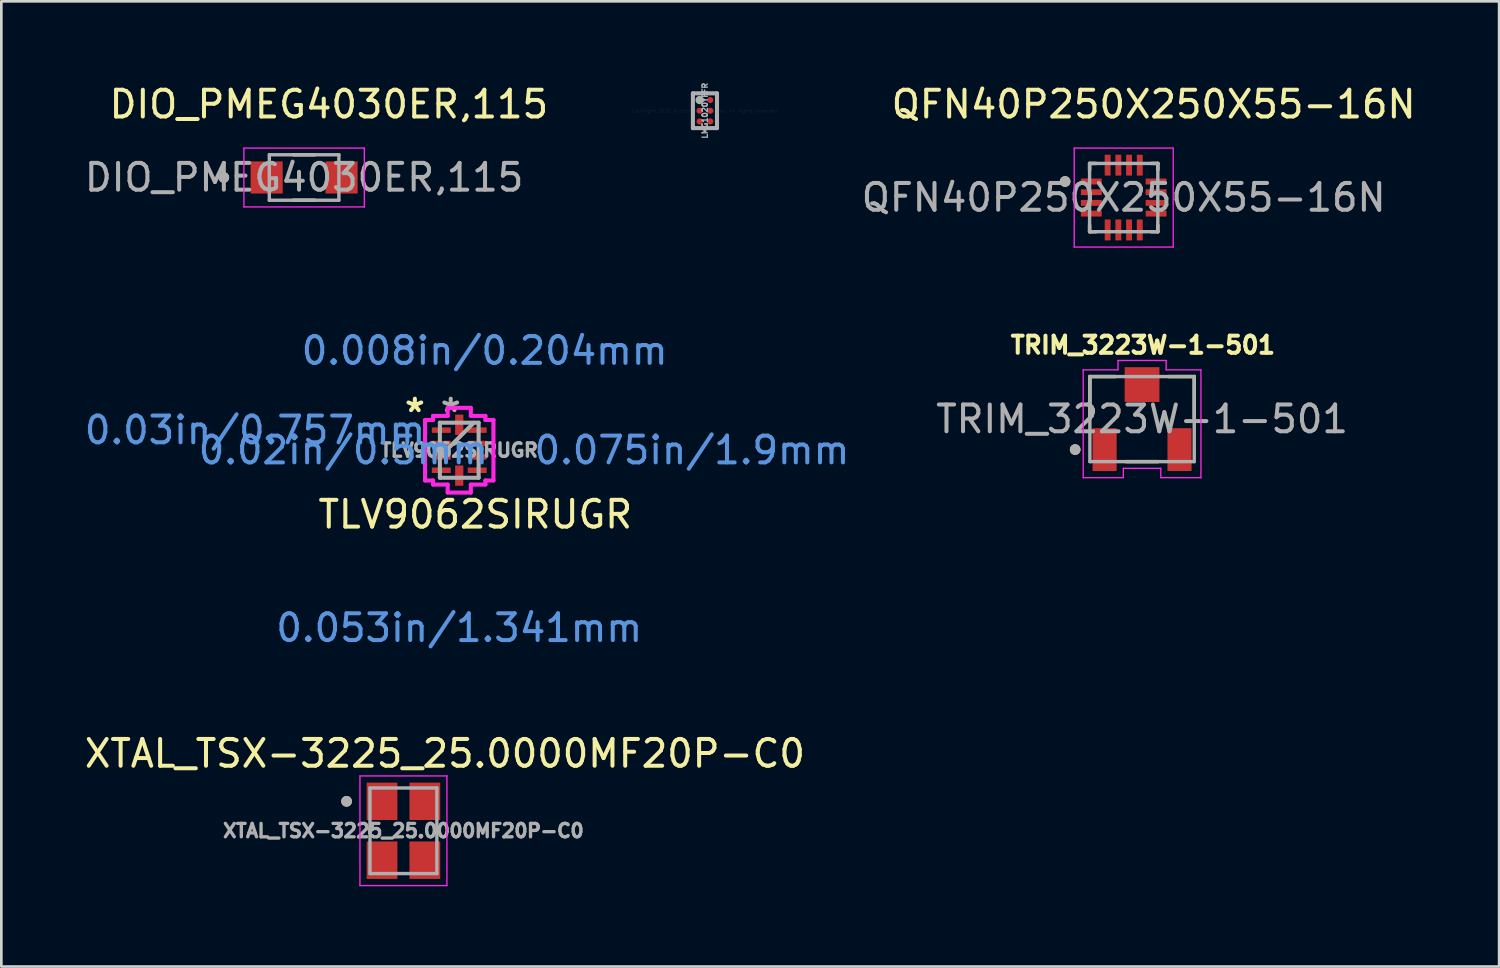
<source format=kicad_pcb>
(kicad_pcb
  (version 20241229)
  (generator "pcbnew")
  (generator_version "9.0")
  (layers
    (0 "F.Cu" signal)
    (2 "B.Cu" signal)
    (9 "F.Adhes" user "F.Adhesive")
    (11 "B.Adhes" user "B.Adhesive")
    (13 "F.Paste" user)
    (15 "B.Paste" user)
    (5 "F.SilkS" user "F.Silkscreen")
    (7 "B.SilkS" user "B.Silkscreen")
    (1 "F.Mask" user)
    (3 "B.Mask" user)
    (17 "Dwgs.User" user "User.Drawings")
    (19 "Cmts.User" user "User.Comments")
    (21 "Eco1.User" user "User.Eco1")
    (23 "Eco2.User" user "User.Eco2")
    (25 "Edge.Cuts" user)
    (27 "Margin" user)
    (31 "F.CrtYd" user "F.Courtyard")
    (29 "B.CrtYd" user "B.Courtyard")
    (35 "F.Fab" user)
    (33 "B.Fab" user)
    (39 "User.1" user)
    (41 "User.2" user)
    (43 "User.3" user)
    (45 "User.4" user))
  (footprint "XTAL_TSX-3225_25.0000MF20P-C0"
    (layer "F.Cu")
    (at 12.027 27.997)
    (property "Reference" "XTAL_TSX-3225_25.0000MF20P-C0" (at 1.55 -2.885 0) (layer "F.SilkS") (effects (font (size 1 1) (thickness 0.15))))
    (attr smd)
    (fp_line (start -1.25 -0.08) (end -1.25 0.08) (stroke (width 0.127) (type solid)) (layer "F.SilkS"))
    (fp_line (start 1.25 -0.08) (end 1.25 0.08) (stroke (width 0.127) (type solid)) (layer "F.SilkS"))
    (fp_circle (center -2.125 -1.1) (end -2.025 -1.1) (stroke (width 0.2) (type solid)) (fill no) (layer "F.SilkS"))
    (fp_line (start -1.625 -2.05) (end -1.625 2.05) (stroke (width 0.05) (type solid)) (layer "F.CrtYd"))
    (fp_line (start -1.625 -2.05) (end 1.625 -2.05) (stroke (width 0.05) (type solid)) (layer "F.CrtYd"))
    (fp_line (start 1.625 -2.05) (end 1.625 2.05) (stroke (width 0.05) (type solid)) (layer "F.CrtYd"))
    (fp_line (start 1.625 2.05) (end -1.625 2.05) (stroke (width 0.05) (type solid)) (layer "F.CrtYd"))
    (fp_line (start -1.25 -1.6) (end -1.25 1.6) (stroke (width 0.127) (type solid)) (layer "F.Fab"))
    (fp_line (start -1.25 -1.6) (end 1.25 -1.6) (stroke (width 0.127) (type solid)) (layer "F.Fab"))
    (fp_line (start 1.25 -1.6) (end 1.25 1.6) (stroke (width 0.127) (type solid)) (layer "F.Fab"))
    (fp_line (start 1.25 1.6) (end -1.25 1.6) (stroke (width 0.127) (type solid)) (layer "F.Fab"))
    (fp_circle (center -2.125 -1.1) (end -2.025 -1.1) (stroke (width 0.2) (type solid)) (fill no) (layer "F.Fab"))
    (fp_text user "${REFERENCE}" (at 0 0 0) (layer "F.Fab") (effects (font (size 0.5 0.5) (thickness 0.125))))
    (pad "1" smd rect (at -0.8 -1.1) (size 1.15 1.4) (layers "F.Cu" "F.Mask" "F.Paste"))
    (pad "2" smd rect (at -0.8 1.1) (size 1.15 1.4) (layers "F.Cu" "F.Mask" "F.Paste"))
    (pad "3" smd rect (at 0.8 1.1) (size 1.15 1.4) (layers "F.Cu" "F.Mask" "F.Paste"))
    (pad "4" smd rect (at 0.8 -1.1) (size 1.15 1.4) (layers "F.Cu" "F.Mask" "F.Paste")))
  (footprint "QFN40P250X250X55-16N"
    (layer "F.Cu")
    (at 38.945 4.333)
    (property "Reference" "QFN40P250X250X55-16N" (at 1.12 -3.485 0) (layer "F.SilkS") (effects (font (size 1 1) (thickness 0.15))))
    (attr smd)
    (fp_line (start -1.275 -1.275) (end -1.275 -1.03) (stroke (width 0.127) (type solid)) (layer "F.SilkS"))
    (fp_line (start -1.275 -1.275) (end -1.03 -1.275) (stroke (width 0.127) (type solid)) (layer "F.SilkS"))
    (fp_line (start -1.275 1.275) (end -1.275 1.03) (stroke (width 0.127) (type solid)) (layer "F.SilkS"))
    (fp_line (start -1.275 1.275) (end -1.03 1.275) (stroke (width 0.127) (type solid)) (layer "F.SilkS"))
    (fp_line (start 1.275 -1.275) (end 1.03 -1.275) (stroke (width 0.127) (type solid)) (layer "F.SilkS"))
    (fp_line (start 1.275 -1.275) (end 1.275 -1.03) (stroke (width 0.127) (type solid)) (layer "F.SilkS"))
    (fp_line (start 1.275 1.275) (end 1.03 1.275) (stroke (width 0.127) (type solid)) (layer "F.SilkS"))
    (fp_line (start 1.275 1.275) (end 1.275 1.03) (stroke (width 0.127) (type solid)) (layer "F.SilkS"))
    (fp_circle (center -2.19 -0.6) (end -2.09 -0.6) (stroke (width 0.2) (type solid)) (fill no) (layer "F.SilkS"))
    (fp_line (start -1.85 -1.85) (end 1.85 -1.85) (stroke (width 0.05) (type solid)) (layer "F.CrtYd"))
    (fp_line (start -1.85 1.85) (end -1.85 -1.85) (stroke (width 0.05) (type solid)) (layer "F.CrtYd"))
    (fp_line (start -1.85 1.85) (end 1.85 1.85) (stroke (width 0.05) (type solid)) (layer "F.CrtYd"))
    (fp_line (start 1.85 1.85) (end 1.85 -1.85) (stroke (width 0.05) (type solid)) (layer "F.CrtYd"))
    (fp_line (start -1.275 1.275) (end -1.275 -1.275) (stroke (width 0.127) (type solid)) (layer "F.Fab"))
    (fp_line (start 1.275 -1.275) (end -1.275 -1.275) (stroke (width 0.127) (type solid)) (layer "F.Fab"))
    (fp_line (start 1.275 1.275) (end -1.275 1.275) (stroke (width 0.127) (type solid)) (layer "F.Fab"))
    (fp_line (start 1.275 1.275) (end 1.275 -1.275) (stroke (width 0.127) (type solid)) (layer "F.Fab"))
    (fp_circle (center -2.19 -0.6) (end -2.09 -0.6) (stroke (width 0.2) (type solid)) (fill no) (layer "F.Fab"))
    (fp_text user "${REFERENCE}" (at 0 0 0) (layer "F.Fab") (effects (font (size 1 1) (thickness 0.15))))
    (pad "1" smd roundrect (at -1.21 -0.6) (size 0.78 0.22) (layers "F.Cu" "F.Mask" "F.Paste") (roundrect_rratio 0.03))
    (pad "2" smd roundrect (at -1.21 -0.2) (size 0.78 0.22) (layers "F.Cu" "F.Mask" "F.Paste") (roundrect_rratio 0.03))
    (pad "3" smd roundrect (at -1.21 0.2) (size 0.78 0.22) (layers "F.Cu" "F.Mask" "F.Paste") (roundrect_rratio 0.03))
    (pad "4" smd roundrect (at -1.21 0.6) (size 0.78 0.22) (layers "F.Cu" "F.Mask" "F.Paste") (roundrect_rratio 0.03))
    (pad "5" smd roundrect (at -0.6 1.21 90) (size 0.78 0.22) (layers "F.Cu" "F.Mask" "F.Paste") (roundrect_rratio 0.03))
    (pad "6" smd roundrect (at -0.2 1.21 90) (size 0.78 0.22) (layers "F.Cu" "F.Mask" "F.Paste") (roundrect_rratio 0.03))
    (pad "7" smd roundrect (at 0.2 1.21 90) (size 0.78 0.22) (layers "F.Cu" "F.Mask" "F.Paste") (roundrect_rratio 0.03))
    (pad "8" smd roundrect (at 0.6 1.21 90) (size 0.78 0.22) (layers "F.Cu" "F.Mask" "F.Paste") (roundrect_rratio 0.03))
    (pad "9" smd roundrect (at 1.21 0.6) (size 0.78 0.22) (layers "F.Cu" "F.Mask" "F.Paste") (roundrect_rratio 0.03))
    (pad "10" smd roundrect (at 1.21 0.2) (size 0.78 0.22) (layers "F.Cu" "F.Mask" "F.Paste") (roundrect_rratio 0.03))
    (pad "11" smd roundrect (at 1.21 -0.2) (size 0.78 0.22) (layers "F.Cu" "F.Mask" "F.Paste") (roundrect_rratio 0.03))
    (pad "12" smd roundrect (at 1.21 -0.6) (size 0.78 0.22) (layers "F.Cu" "F.Mask" "F.Paste") (roundrect_rratio 0.03))
    (pad "13" smd roundrect (at 0.6 -1.21 90) (size 0.78 0.22) (layers "F.Cu" "F.Mask" "F.Paste") (roundrect_rratio 0.03))
    (pad "14" smd roundrect (at 0.2 -1.21 90) (size 0.78 0.22) (layers "F.Cu" "F.Mask" "F.Paste") (roundrect_rratio 0.03))
    (pad "15" smd roundrect (at -0.2 -1.21 90) (size 0.78 0.22) (layers "F.Cu" "F.Mask" "F.Paste") (roundrect_rratio 0.03))
    (pad "16" smd roundrect (at -0.6 -1.21 90) (size 0.78 0.22) (layers "F.Cu" "F.Mask" "F.Paste") (roundrect_rratio 0.03)))
  (footprint "TLV9062SIRUGR"
    (layer "F.Cu")
    (at 14.113 13.775)
    (property "Reference" "TLV9062SIRUGR" (at 0.6 2.4 0) (layer "F.SilkS") (effects (font (size 1 1) (thickness 0.15))))
    (attr through_hole)
    (fp_line (start -1.278 -1.131) (end -0.978 -1.131) (stroke (width 0.152) (type solid)) (layer "F.CrtYd"))
    (fp_line (start -1.278 1.131) (end -1.278 -1.131) (stroke (width 0.152) (type solid)) (layer "F.CrtYd"))
    (fp_line (start -0.978 -1.283) (end -0.432 -1.283) (stroke (width 0.152) (type solid)) (layer "F.CrtYd"))
    (fp_line (start -0.978 -1.131) (end -0.978 -1.283) (stroke (width 0.152) (type solid)) (layer "F.CrtYd"))
    (fp_line (start -0.978 1.131) (end -1.278 1.131) (stroke (width 0.152) (type solid)) (layer "F.CrtYd"))
    (fp_line (start -0.978 1.283) (end -0.978 1.131) (stroke (width 0.152) (type solid)) (layer "F.CrtYd"))
    (fp_line (start -0.978 1.283) (end -0.432 1.283) (stroke (width 0.152) (type solid)) (layer "F.CrtYd"))
    (fp_line (start -0.432 -1.583) (end 0.432 -1.583) (stroke (width 0.152) (type solid)) (layer "F.CrtYd"))
    (fp_line (start -0.432 -1.283) (end -0.432 -1.583) (stroke (width 0.152) (type solid)) (layer "F.CrtYd"))
    (fp_line (start -0.432 1.283) (end -0.432 1.583) (stroke (width 0.152) (type solid)) (layer "F.CrtYd"))
    (fp_line (start -0.432 1.583) (end 0.432 1.583) (stroke (width 0.152) (type solid)) (layer "F.CrtYd"))
    (fp_line (start 0.432 -1.583) (end 0.432 -1.283) (stroke (width 0.152) (type solid)) (layer "F.CrtYd"))
    (fp_line (start 0.432 -1.283) (end 0.978 -1.283) (stroke (width 0.152) (type solid)) (layer "F.CrtYd"))
    (fp_line (start 0.432 1.283) (end 0.978 1.283) (stroke (width 0.152) (type solid)) (layer "F.CrtYd"))
    (fp_line (start 0.432 1.583) (end 0.432 1.283) (stroke (width 0.152) (type solid)) (layer "F.CrtYd"))
    (fp_line (start 0.978 -1.131) (end 0.978 -1.283) (stroke (width 0.152) (type solid)) (layer "F.CrtYd"))
    (fp_line (start 0.978 1.131) (end 1.278 1.131) (stroke (width 0.152) (type solid)) (layer "F.CrtYd"))
    (fp_line (start 0.978 1.283) (end 0.978 1.131) (stroke (width 0.152) (type solid)) (layer "F.CrtYd"))
    (fp_line (start 1.278 -1.131) (end 0.978 -1.131) (stroke (width 0.152) (type solid)) (layer "F.CrtYd"))
    (fp_line (start 1.278 1.131) (end 1.278 -1.131) (stroke (width 0.152) (type solid)) (layer "F.CrtYd"))
    (fp_line (start -0.724 -1.029) (end -0.724 1.029) (stroke (width 0.152) (type solid)) (layer "F.Fab"))
    (fp_line (start -0.724 0.241) (end 0.546 -1.029) (stroke (width 0.152) (type solid)) (layer "F.Fab"))
    (fp_line (start -0.724 1.029) (end 0.724 1.029) (stroke (width 0.152) (type solid)) (layer "F.Fab"))
    (fp_line (start 0.724 -1.029) (end -0.724 -1.029) (stroke (width 0.152) (type solid)) (layer "F.Fab"))
    (fp_line (start 0.724 1.029) (end 0.724 -1.029) (stroke (width 0.152) (type solid)) (layer "F.Fab"))
    (fp_text user "*" (at -1.659 -1.381 0) (layer "F.SilkS") (effects (font (size 1 1) (thickness 0.15))))
    (fp_text user "0.075in/1.9mm" (at 8.697 0 0) (layer "Cmts.User") (effects (font (size 1 1) (thickness 0.15))))
    (fp_text user "0.02in/0.5mm" (at -4.329 0 0) (layer "Cmts.User") (effects (font (size 1 1) (thickness 0.15))))
    (fp_text user "0.03in/0.757mm" (at -7.631 -0.75 0) (layer "Cmts.User") (effects (font (size 1 1) (thickness 0.15))))
    (fp_text user "Copyright 2016 Accelerated Designs. All rights reserved." (at 0 0 0) (layer "Cmts.User") (effects (font (size 0.127 0.127) (thickness 0.002))))
    (fp_text user "0.053in/1.341mm" (at 0 6.64 0) (layer "Cmts.User") (effects (font (size 1 1) (thickness 0.15))))
    (fp_text user "0.008in/0.204mm" (at 0.95 -3.719 0) (layer "Cmts.User") (effects (font (size 1 1) (thickness 0.15))))
    (fp_text user "${REFERENCE}" (at 0 0 0) (layer "F.Fab") (effects (font (size 0.5 0.5) (thickness 0.125))))
    (fp_text user "*" (at -0.318 -1.381 0) (layer "F.Fab") (effects (font (size 1 1) (thickness 0.15))))
    (pad "1" smd rect (at -0.671 -0.75 90) (size 0.204 0.706) (layers "F.Cu" "F.Mask" "F.Paste"))
    (pad "2" smd rect (at -0.671 -0.25 90) (size 0.204 0.706) (layers "F.Cu" "F.Mask" "F.Paste"))
    (pad "3" smd rect (at -0.671 0.25 90) (size 0.204 0.706) (layers "F.Cu" "F.Mask" "F.Paste"))
    (pad "4" smd rect (at -0.671 0.75 90) (size 0.204 0.706) (layers "F.Cu" "F.Mask" "F.Paste"))
    (pad "5" smd rect (at 0 0.95) (size 0.306 0.757) (layers "F.Cu" "F.Mask" "F.Paste"))
    (pad "6" smd rect (at 0.671 0.75 90) (size 0.204 0.706) (layers "F.Cu" "F.Mask" "F.Paste"))
    (pad "7" smd rect (at 0.671 0.25 90) (size 0.204 0.706) (layers "F.Cu" "F.Mask" "F.Paste"))
    (pad "8" smd rect (at 0.671 -0.25 90) (size 0.204 0.706) (layers "F.Cu" "F.Mask" "F.Paste"))
    (pad "9" smd rect (at 0.671 -0.75 90) (size 0.204 0.706) (layers "F.Cu" "F.Mask" "F.Paste"))
    (pad "10" smd rect (at 0 -0.95) (size 0.306 0.757) (layers "F.Cu" "F.Mask" "F.Paste")))
  (footprint "TRIM_3223W-1-501"
    (layer "F.Cu")
    (at 39.631 12.612)
    (property "Reference" "TRIM_3223W-1-501" (at 0.032 -2.766 0) (layer "F.SilkS") (effects (font (size 0.64 0.64) (thickness 0.15))))
    (attr smd)
    (fp_line (start -1.95 -1.59) (end -1.95 -0.01) (stroke (width 0.127) (type solid)) (layer "F.SilkS"))
    (fp_line (start -1 -1.59) (end -1.95 -1.59) (stroke (width 0.127) (type solid)) (layer "F.SilkS"))
    (fp_line (start -0.6 1.59) (end 0.6 1.59) (stroke (width 0.127) (type solid)) (layer "F.SilkS"))
    (fp_line (start 1 -1.59) (end 1.95 -1.59) (stroke (width 0.127) (type solid)) (layer "F.SilkS"))
    (fp_line (start 1.95 -1.59) (end 1.95 -0.01) (stroke (width 0.127) (type solid)) (layer "F.SilkS"))
    (fp_circle (center -2.5 1.14) (end -2.4 1.14) (stroke (width 0.2) (type solid)) (fill no) (layer "F.SilkS"))
    (fp_line (start -2.2 -1.84) (end -0.9 -1.84) (stroke (width 0.05) (type solid)) (layer "F.CrtYd"))
    (fp_line (start -2.2 2.19) (end -2.2 -1.84) (stroke (width 0.05) (type solid)) (layer "F.CrtYd"))
    (fp_line (start -0.9 -2.19) (end 0.9 -2.19) (stroke (width 0.05) (type solid)) (layer "F.CrtYd"))
    (fp_line (start -0.9 -1.84) (end -0.9 -2.19) (stroke (width 0.05) (type solid)) (layer "F.CrtYd"))
    (fp_line (start -0.7 1.84) (end -0.7 2.19) (stroke (width 0.05) (type solid)) (layer "F.CrtYd"))
    (fp_line (start -0.7 2.19) (end -2.2 2.19) (stroke (width 0.05) (type solid)) (layer "F.CrtYd"))
    (fp_line (start 0.7 1.84) (end -0.7 1.84) (stroke (width 0.05) (type solid)) (layer "F.CrtYd"))
    (fp_line (start 0.7 2.19) (end 0.7 1.84) (stroke (width 0.05) (type solid)) (layer "F.CrtYd"))
    (fp_line (start 0.9 -2.19) (end 0.9 -1.84) (stroke (width 0.05) (type solid)) (layer "F.CrtYd"))
    (fp_line (start 0.9 -1.84) (end 2.2 -1.84) (stroke (width 0.05) (type solid)) (layer "F.CrtYd"))
    (fp_line (start 2.2 -1.84) (end 2.2 2.19) (stroke (width 0.05) (type solid)) (layer "F.CrtYd"))
    (fp_line (start 2.2 2.19) (end 0.7 2.19) (stroke (width 0.05) (type solid)) (layer "F.CrtYd"))
    (fp_line (start -1.95 -1.59) (end -1.95 1.59) (stroke (width 0.127) (type solid)) (layer "F.Fab"))
    (fp_line (start -1.95 1.59) (end 1.95 1.59) (stroke (width 0.127) (type solid)) (layer "F.Fab"))
    (fp_line (start 1.95 -1.59) (end -1.95 -1.59) (stroke (width 0.127) (type solid)) (layer "F.Fab"))
    (fp_line (start 1.95 1.59) (end 1.95 -1.59) (stroke (width 0.127) (type solid)) (layer "F.Fab"))
    (fp_circle (center -2.5 1.14) (end -2.4 1.14) (stroke (width 0.2) (type solid)) (fill no) (layer "F.Fab"))
    (fp_text user "${REFERENCE}" (at 0 0 0) (layer "F.Fab") (effects (font (size 1 1) (thickness 0.15))))
    (pad "1" smd rect (at -1.4 1.14 90) (size 1.6 0.9) (layers "F.Cu" "F.Mask" "F.Paste"))
    (pad "2" smd rect (at 0 -1.29) (size 1.3 1.3) (layers "F.Cu" "F.Mask" "F.Paste"))
    (pad "3" smd rect (at 1.4 1.14 90) (size 1.6 0.9) (layers "F.Cu" "F.Mask" "F.Paste")))
  (footprint "LMG1020YFFR"
    (layer "F.Cu")
    (at 23.295 1.088)
    (property "Reference" "LMG1020YFFR" (at 0 0 90) (layer "F.Fab") (effects (font (size 0.2 0.2) (thickness 0.05))))
    (attr through_hole)
    (fp_line (start -0.45 -0.65) (end 0.45 -0.65) (stroke (width 0.152) (type solid)) (layer "F.Fab"))
    (fp_line (start -0.45 0.65) (end -0.45 -0.65) (stroke (width 0.152) (type solid)) (layer "F.Fab"))
    (fp_line (start -0.45 0.65) (end 0.45 0.65) (stroke (width 0.152) (type solid)) (layer "F.Fab"))
    (fp_line (start 0.45 0.65) (end 0.45 -0.65) (stroke (width 0.152) (type solid)) (layer "F.Fab"))
    (fp_circle (center -0.2 -0.4) (end -0.12 -0.4) (stroke (width 0.152) (type solid)) (fill no) (layer "F.Fab"))
    (fp_text user "Copyright 2016 Accelerated Designs. All rights reserved." (at 0 0 0) (layer "Cmts.User") (effects (font (size 0.127 0.127) (thickness 0.002))))
    (pad "1" smd circle (at -0.2 -0.4 90) (size 0.23 0.23) (layers "F.Cu" "F.Mask" "F.Paste"))
    (pad "2" smd circle (at 0.2 -0.4 90) (size 0.23 0.23) (layers "F.Cu" "F.Mask" "F.Paste"))
    (pad "3" smd circle (at -0.2 0.000003 90) (size 0.23 0.23) (layers "F.Cu" "F.Mask" "F.Paste"))
    (pad "4" smd circle (at 0.2 0.000003 90) (size 0.23 0.23) (layers "F.Cu" "F.Mask" "F.Paste"))
    (pad "5" smd circle (at -0.2 0.4 90) (size 0.23 0.23) (layers "F.Cu" "F.Mask" "F.Paste"))
    (pad "6" smd circle (at 0.2 0.4 90) (size 0.23 0.23) (layers "F.Cu" "F.Mask" "F.Paste")))
  (footprint "DIO_PMEG4030ER,115"
    (layer "F.Cu")
    (at 8.315 3.583)
    (property "Reference" "DIO_PMEG4030ER,115" (at 0.925 -2.735 0) (layer "F.SilkS") (effects (font (size 1 1) (thickness 0.15))))
    (attr smd)
    (fp_line (start -0.4 -0.85) (end 0.4 -0.85) (stroke (width 0.127) (type solid)) (layer "F.SilkS"))
    (fp_line (start -0.4 0.85) (end 0.4 0.85) (stroke (width 0.127) (type solid)) (layer "F.SilkS"))
    (fp_circle (center -3 0) (end -2.9 0) (stroke (width 0.2) (type solid)) (fill no) (layer "F.SilkS"))
    (fp_poly (pts (xy -1.95 -0.55) (xy -0.85 -0.55) (xy -0.85 0.55) (xy -1.95 0.55)) (stroke (width 0.01) (type solid)) (fill yes) (layer "F.Paste"))
    (fp_poly (pts (xy 0.85 -0.55) (xy 1.95 -0.55) (xy 1.95 0.55) (xy 0.85 0.55)) (stroke (width 0.01) (type solid)) (fill yes) (layer "F.Paste"))
    (fp_line (start -2.25 -1.1) (end -2.25 1.1) (stroke (width 0.05) (type solid)) (layer "F.CrtYd"))
    (fp_line (start -2.25 1.1) (end 2.25 1.1) (stroke (width 0.05) (type solid)) (layer "F.CrtYd"))
    (fp_line (start 2.25 -1.1) (end -2.25 -1.1) (stroke (width 0.05) (type solid)) (layer "F.CrtYd"))
    (fp_line (start 2.25 1.1) (end 2.25 -1.1) (stroke (width 0.05) (type solid)) (layer "F.CrtYd"))
    (fp_line (start -1.3 -0.85) (end 1.3 -0.85) (stroke (width 0.127) (type solid)) (layer "F.Fab"))
    (fp_line (start -1.3 0.85) (end -1.3 -0.85) (stroke (width 0.127) (type solid)) (layer "F.Fab"))
    (fp_line (start 1.3 -0.85) (end 1.3 0.85) (stroke (width 0.127) (type solid)) (layer "F.Fab"))
    (fp_line (start 1.3 0.85) (end -1.3 0.85) (stroke (width 0.127) (type solid)) (layer "F.Fab"))
    (fp_circle (center -3 0) (end -2.9 0) (stroke (width 0.2) (type solid)) (fill no) (layer "F.Fab"))
    (fp_text user "${REFERENCE}" (at 0 0 0) (layer "F.Fab") (effects (font (size 1 1) (thickness 0.15))))
    (pad "1" smd rect (at -1.4 0) (size 1.2 1.2) (layers "F.Cu" "F.Mask"))
    (pad "2" smd rect (at 1.4 0) (size 1.2 1.2) (layers "F.Cu" "F.Mask")))
  (gr_rect
    (start -3 -3)
    (end 52.975 33.072)
    (stroke (width 0.1) (type default))
    (fill no)
    (layer "Edge.Cuts")))
</source>
